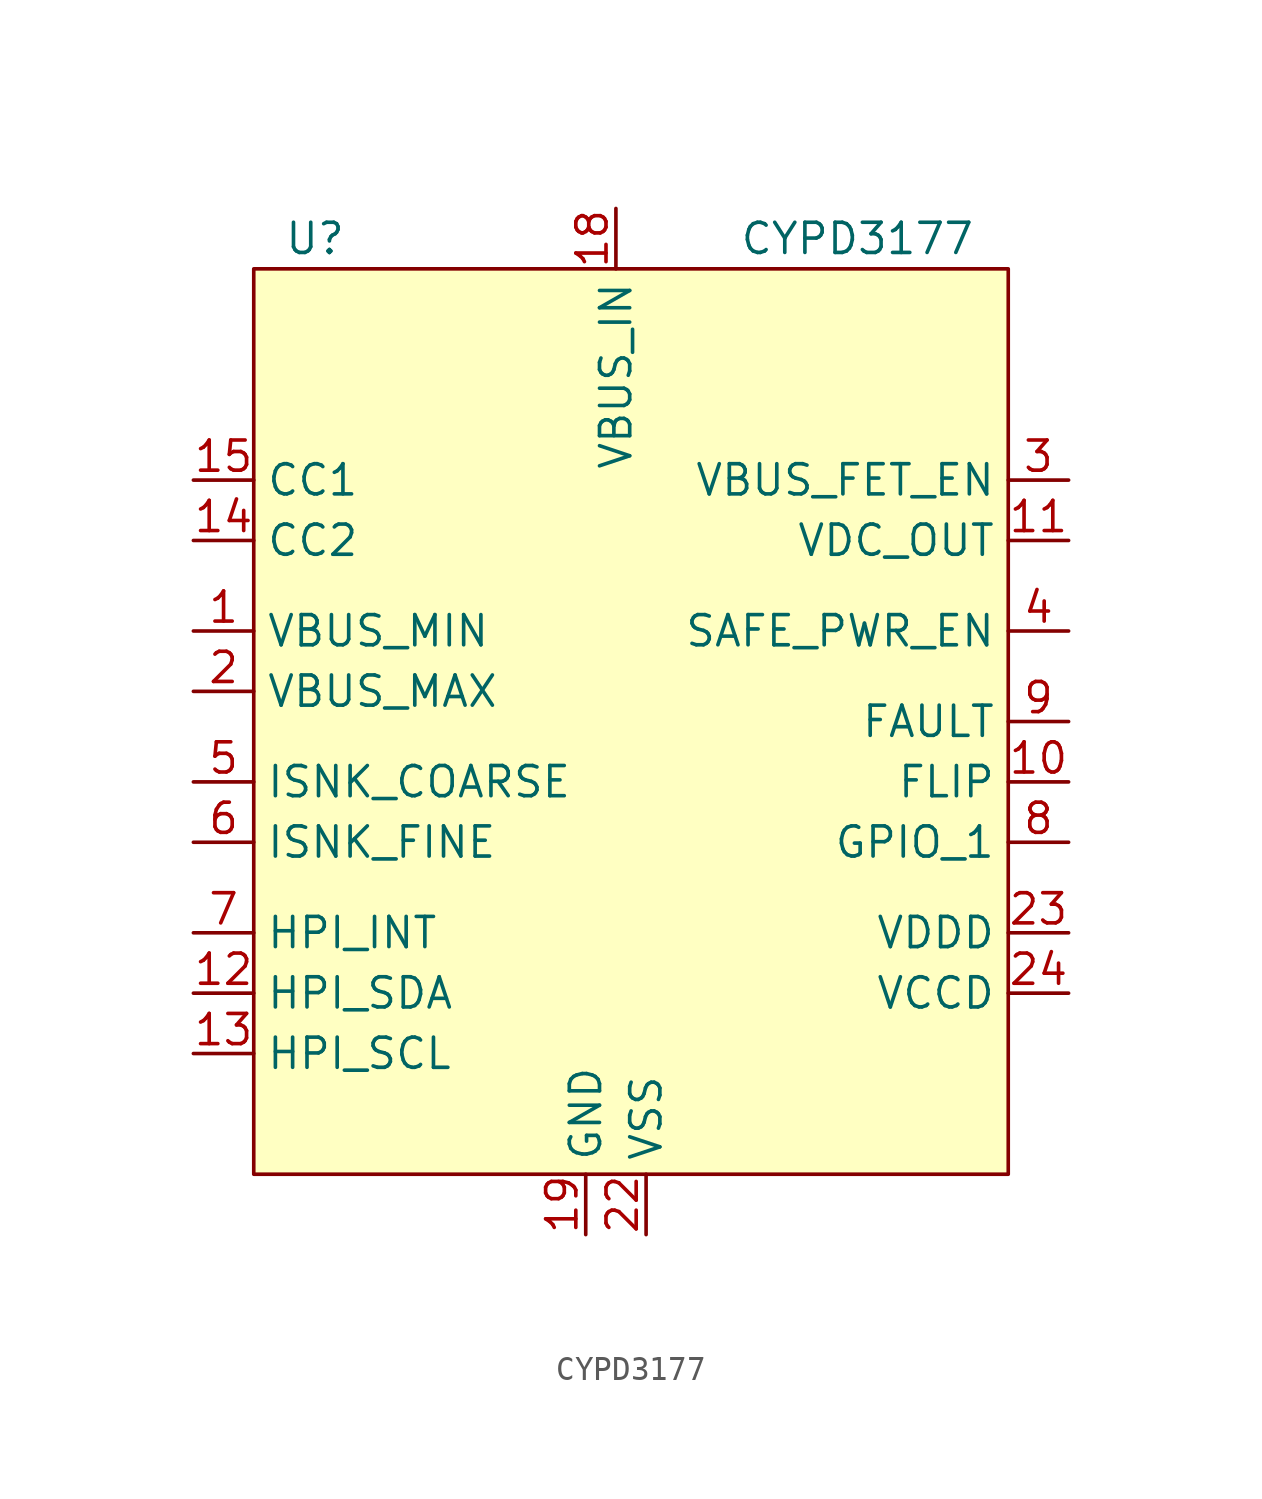
<source format=kicad_sym>
(kicad_symbol_lib
  (version 20220914)
  (generator kicad_symbol_editor)
  (symbol "CYPD3177"
    (property "Reference" "U"
      (at -13.97 20.32 0)
      (do_not_autoplace)
      (effects (font (size 1.27 1.27)) (justify left)))
    (property "Value" "CYPD3177"
      (at 10.16 20.32 0)
      (effects (font (size 1.27 1.27))))
    (symbol "CYPD3177_0_0"
      (pin input line (at -17.78 3.81 0) (length 2.54) (name "VBUS_MIN" (effects (font (size 1.27 1.27)))) (number "1" (effects (font (size 1.27 1.27)))))
      (pin output line (at 19.05 -2.54 180) (length 2.54) (name "FLIP" (effects (font (size 1.27 1.27)))) (number "10" (effects (font (size 1.27 1.27)))))
      (pin input line (at 19.05 7.62 180) (length 2.54) (name "VDC_OUT" (effects (font (size 1.27 1.27)))) (number "11" (effects (font (size 1.27 1.27)))))
      (pin bidirectional line (at -17.78 -11.43 0) (length 2.54) (name "HPI_SDA" (effects (font (size 1.27 1.27)))) (number "12" (effects (font (size 1.27 1.27)))))
      (pin input line (at -17.78 -13.97 0) (length 2.54) (name "HPI_SCL" (effects (font (size 1.27 1.27)))) (number "13" (effects (font (size 1.27 1.27)))))
      (pin bidirectional line (at -17.78 7.62 0) (length 2.54) (name "CC2" (effects (font (size 1.27 1.27)))) (number "14" (effects (font (size 1.27 1.27)))))
      (pin bidirectional line (at -17.78 10.16 0) (length 2.54) (name "CC1" (effects (font (size 1.27 1.27)))) (number "15" (effects (font (size 1.27 1.27)))))
      (pin power_in line (at 0 21.59 270) (length 2.54) (name "VBUS_IN" (effects (font (size 1.27 1.27)))) (number "18" (effects (font (size 1.27 1.27)))))
      (pin power_in line (at -1.27 -21.59 90) (length 2.54) (name "GND" (effects (font (size 1.27 1.27)))) (number "19" (effects (font (size 1.27 1.27)))))
      (pin input line (at -17.78 1.27 0) (length 2.54) (name "VBUS_MAX" (effects (font (size 1.27 1.27)))) (number "2" (effects (font (size 1.27 1.27)))))
      (pin power_in line (at 1.27 -21.59 90) (length 2.54) (name "VSS" (effects (font (size 1.27 1.27)))) (number "22" (effects (font (size 1.27 1.27)))))
      (pin power_out line (at 19.05 -8.89 180) (length 2.54) (name "VDDD" (effects (font (size 1.27 1.27)))) (number "23" (effects (font (size 1.27 1.27)))))
      (pin power_out line (at 19.05 -11.43 180) (length 2.54) (name "VCCD" (effects (font (size 1.27 1.27)))) (number "24" (effects (font (size 1.27 1.27)))))
      (pin output line (at 19.05 10.16 180) (length 2.54) (name "VBUS_FET_EN" (effects (font (size 1.27 1.27)))) (number "3" (effects (font (size 1.27 1.27)))))
      (pin output line (at 19.05 3.81 180) (length 2.54) (name "SAFE_PWR_EN" (effects (font (size 1.27 1.27)))) (number "4" (effects (font (size 1.27 1.27)))))
      (pin input line (at -17.78 -2.54 0) (length 2.54) (name "ISNK_COARSE" (effects (font (size 1.27 1.27)))) (number "5" (effects (font (size 1.27 1.27)))))
      (pin input line (at -17.78 -5.08 0) (length 2.54) (name "ISNK_FINE" (effects (font (size 1.27 1.27)))) (number "6" (effects (font (size 1.27 1.27)))))
      (pin output line (at -17.78 -8.89 0) (length 2.54) (name "HPI_INT" (effects (font (size 1.27 1.27)))) (number "7" (effects (font (size 1.27 1.27)))))
      (pin bidirectional line (at 19.05 -5.08 180) (length 2.54) (name "GPIO_1" (effects (font (size 1.27 1.27)))) (number "8" (effects (font (size 1.27 1.27)))))
      (pin output line (at 19.05 0 180) (length 2.54) (name "FAULT" (effects (font (size 1.27 1.27)))) (number "9" (effects (font (size 1.27 1.27))))))
    (symbol "CYPD3177_1_0"
      (pin no_connect line (at 11.43 -21.59 90) (length 2.54) hide (name "D-" (effects (font (size 1.27 1.27)))) (number "16" (effects (font (size 1.27 1.27)))))
      (pin no_connect line (at 13.97 -21.59 90) (length 2.54) hide (name "D+" (effects (font (size 1.27 1.27)))) (number "17" (effects (font (size 1.27 1.27)))))
      (pin no_connect line (at 5.08 -21.59 90) (length 2.54) hide (name "DNU1" (effects (font (size 1.27 1.27)))) (number "20" (effects (font (size 1.27 1.27)))))
      (pin no_connect line (at 7.62 -21.59 90) (length 2.54) hide (name "DNU2" (effects (font (size 1.27 1.27)))) (number "21" (effects (font (size 1.27 1.27)))))
      (pin power_in line (at -1.27 -21.59 90) (length 2.54) hide (name "GND" (effects (font (size 1.27 1.27)))) (number "25" (effects (font (size 1.27 1.27))))))
    (symbol "CYPD3177_1_1"
      (rectangle (start -15.24 19.05) (end 16.51 -19.05) (stroke (width 0) (type default)) (fill (type background))))))
</source>
